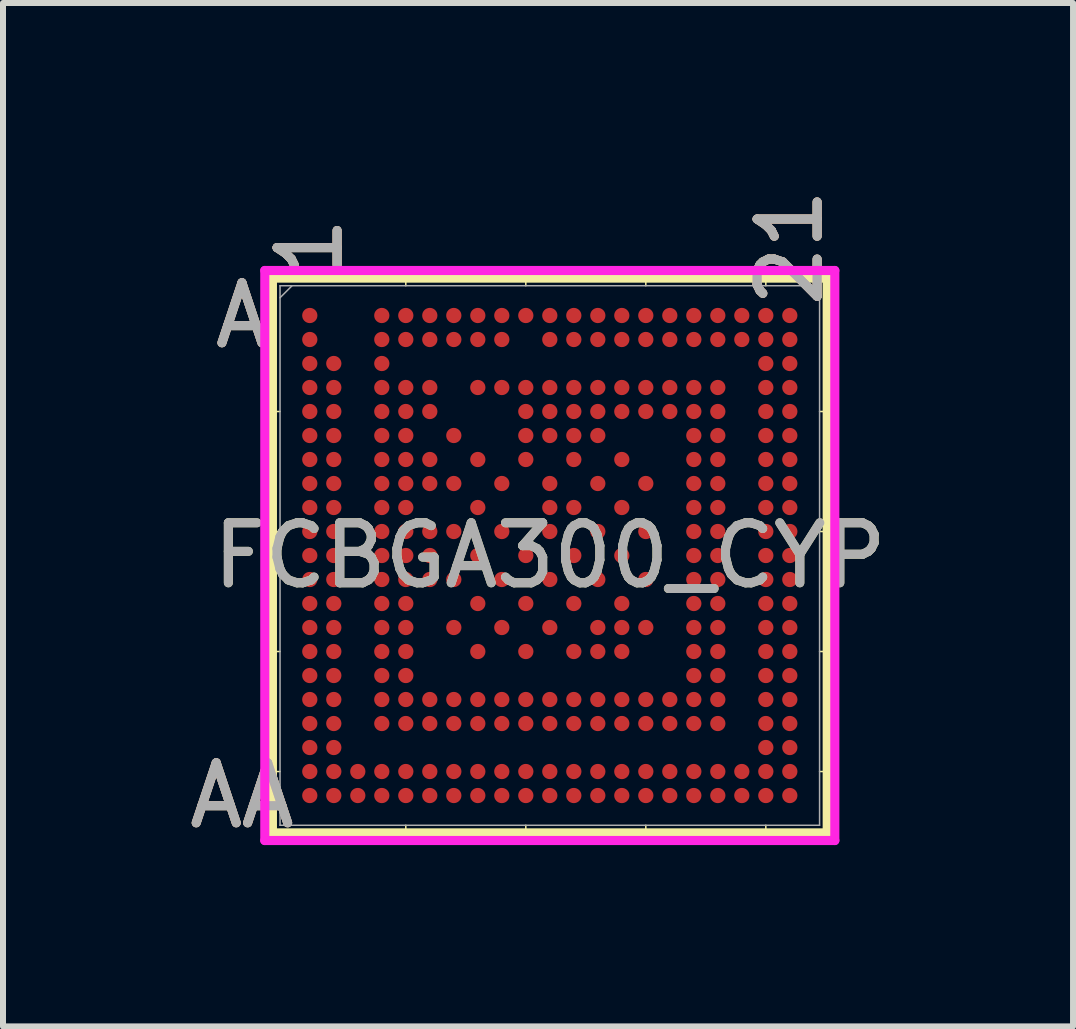
<source format=kicad_pcb>
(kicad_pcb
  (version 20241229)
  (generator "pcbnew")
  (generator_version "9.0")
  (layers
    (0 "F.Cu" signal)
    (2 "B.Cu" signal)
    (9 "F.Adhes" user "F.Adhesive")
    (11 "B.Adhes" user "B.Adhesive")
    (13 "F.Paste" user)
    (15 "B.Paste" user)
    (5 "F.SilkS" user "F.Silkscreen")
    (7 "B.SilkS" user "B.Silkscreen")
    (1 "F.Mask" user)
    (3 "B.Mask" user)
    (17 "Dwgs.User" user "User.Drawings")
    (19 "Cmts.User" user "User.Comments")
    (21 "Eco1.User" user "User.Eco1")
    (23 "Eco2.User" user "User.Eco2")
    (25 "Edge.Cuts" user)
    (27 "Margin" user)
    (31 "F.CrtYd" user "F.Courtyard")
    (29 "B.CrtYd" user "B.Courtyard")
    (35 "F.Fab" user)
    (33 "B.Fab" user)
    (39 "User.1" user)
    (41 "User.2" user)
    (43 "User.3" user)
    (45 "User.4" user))
  (footprint "FCBGA300_CYP"
    (layer "F.Cu")
    (at 6.113 6.208)
    (property "Reference" "FCBGA300_CYP" (at 0 0 0) (unlocked yes) (layer "F.SilkS") (effects (font (size 1 1) (thickness 0.15))))
    (attr smd)
    (fp_line (start -4.623 -4.623) (end -4.623 4.623) (stroke (width 0.152) (type solid)) (layer "F.SilkS"))
    (fp_line (start -4.623 4.623) (end 4.623 4.623) (stroke (width 0.152) (type solid)) (layer "F.SilkS"))
    (fp_line (start -4.496 -2.4) (end -4.75 -2.4) (stroke (width 0.025) (type solid)) (layer "F.SilkS"))
    (fp_line (start -4.496 -0.4) (end -4.75 -0.4) (stroke (width 0.025) (type solid)) (layer "F.SilkS"))
    (fp_line (start -4.496 1.6) (end -4.75 1.6) (stroke (width 0.025) (type solid)) (layer "F.SilkS"))
    (fp_line (start -4.496 3.6) (end -4.75 3.6) (stroke (width 0.025) (type solid)) (layer "F.SilkS"))
    (fp_line (start -2.4 -4.496) (end -2.4 -4.75) (stroke (width 0.025) (type solid)) (layer "F.SilkS"))
    (fp_line (start -2.4 4.496) (end -2.4 4.75) (stroke (width 0.025) (type solid)) (layer "F.SilkS"))
    (fp_line (start -0.4 -4.496) (end -0.4 -4.75) (stroke (width 0.025) (type solid)) (layer "F.SilkS"))
    (fp_line (start -0.4 4.496) (end -0.4 4.75) (stroke (width 0.025) (type solid)) (layer "F.SilkS"))
    (fp_line (start 1.6 -4.496) (end 1.6 -4.75) (stroke (width 0.025) (type solid)) (layer "F.SilkS"))
    (fp_line (start 1.6 4.496) (end 1.6 4.75) (stroke (width 0.025) (type solid)) (layer "F.SilkS"))
    (fp_line (start 3.6 -4.496) (end 3.6 -4.75) (stroke (width 0.025) (type solid)) (layer "F.SilkS"))
    (fp_line (start 3.6 4.496) (end 3.6 4.75) (stroke (width 0.025) (type solid)) (layer "F.SilkS"))
    (fp_line (start 4.496 -2.4) (end 4.75 -2.4) (stroke (width 0.025) (type solid)) (layer "F.SilkS"))
    (fp_line (start 4.496 -0.4) (end 4.75 -0.4) (stroke (width 0.025) (type solid)) (layer "F.SilkS"))
    (fp_line (start 4.496 1.6) (end 4.75 1.6) (stroke (width 0.025) (type solid)) (layer "F.SilkS"))
    (fp_line (start 4.496 3.6) (end 4.75 3.6) (stroke (width 0.025) (type solid)) (layer "F.SilkS"))
    (fp_line (start 4.623 -4.623) (end -4.623 -4.623) (stroke (width 0.152) (type solid)) (layer "F.SilkS"))
    (fp_line (start 4.623 4.623) (end 4.623 -4.623) (stroke (width 0.152) (type solid)) (layer "F.SilkS"))
    (fp_poly (pts (xy -4.644 -4.644) (xy 4.644 -4.644) (xy 4.644 4.644) (xy -4.644 4.644)) (stroke (width 0.1) (type solid)) (fill no) (layer "Eco2.User"))
    (fp_line (start -4.75 -4.75) (end 4.75 -4.75) (stroke (width 0.152) (type solid)) (layer "F.CrtYd"))
    (fp_line (start -4.75 4.75) (end -4.75 -4.75) (stroke (width 0.152) (type solid)) (layer "F.CrtYd"))
    (fp_line (start 4.75 -4.75) (end 4.75 4.75) (stroke (width 0.152) (type solid)) (layer "F.CrtYd"))
    (fp_line (start 4.75 4.75) (end -4.75 4.75) (stroke (width 0.152) (type solid)) (layer "F.CrtYd"))
    (fp_line (start -4.496 -4.496) (end -4.496 4.496) (stroke (width 0.025) (type solid)) (layer "F.Fab"))
    (fp_line (start -4.496 4.496) (end 4.496 4.496) (stroke (width 0.025) (type solid)) (layer "F.Fab"))
    (fp_line (start -4.296 -4.496) (end -4.496 -4.296) (stroke (width 0.025) (type solid)) (layer "F.Fab"))
    (fp_line (start 4.496 -4.496) (end -4.496 -4.496) (stroke (width 0.025) (type solid)) (layer "F.Fab"))
    (fp_line (start 4.496 4.496) (end 4.496 -4.496) (stroke (width 0.025) (type solid)) (layer "F.Fab"))
    (fp_text user "A" (at -5.131 -4 0) (unlocked yes) (layer "F.SilkS") (effects (font (size 1 1) (thickness 0.15))))
    (fp_text user "1" (at -4 -5.131 90) (unlocked yes) (layer "F.SilkS") (effects (font (size 1 1) (thickness 0.15))))
    (fp_text user "21" (at 4 -5.131 90) (unlocked yes) (layer "F.SilkS") (effects (font (size 1 1) (thickness 0.15))))
    (fp_text user "AA" (at -5.131 4 0) (unlocked yes) (layer "F.SilkS") (effects (font (size 1 1) (thickness 0.15))))
    (fp_text user "1" (at -4 -5.131 90) (unlocked yes) (layer "B.SilkS") (effects (font (size 1 1) (thickness 0.15))))
    (fp_text user "A" (at -5.131 -4 0) (unlocked yes) (layer "B.SilkS") (effects (font (size 1 1) (thickness 0.15))))
    (fp_text user "AA" (at -5.131 4 0) (unlocked yes) (layer "B.SilkS") (effects (font (size 1 1) (thickness 0.15))))
    (fp_text user "21" (at 4 -5.131 90) (unlocked yes) (layer "B.SilkS") (effects (font (size 1 1) (thickness 0.15))))
    (fp_text user "1" (at -4 -5.131 90) (unlocked yes) (layer "F.Fab") (effects (font (size 1 1) (thickness 0.15))))
    (fp_text user "A" (at -5.131 -4 0) (unlocked yes) (layer "F.Fab") (effects (font (size 1 1) (thickness 0.15))))
    (fp_text user "AA" (at -5.131 4 0) (unlocked yes) (layer "F.Fab") (effects (font (size 1 1) (thickness 0.15))))
    (fp_text user "21" (at 4 -5.131 90) (unlocked yes) (layer "F.Fab") (effects (font (size 1 1) (thickness 0.15))))
    (fp_text user "${REFERENCE}" (at 0 0 0) (unlocked yes) (layer "F.Fab") (effects (font (size 1 1) (thickness 0.15))))
    (pad "A1" smd circle (at -4 -4) (size 0.254 0.254) (layers "F.Cu" "F.Mask" "F.Paste"))
    (pad "A4" smd circle (at -2.8 -4) (size 0.254 0.254) (layers "F.Cu" "F.Mask" "F.Paste"))
    (pad "A5" smd circle (at -2.4 -4) (size 0.254 0.254) (layers "F.Cu" "F.Mask" "F.Paste"))
    (pad "A6" smd circle (at -2 -4) (size 0.254 0.254) (layers "F.Cu" "F.Mask" "F.Paste"))
    (pad "A7" smd circle (at -1.6 -4) (size 0.254 0.254) (layers "F.Cu" "F.Mask" "F.Paste"))
    (pad "A8" smd circle (at -1.2 -4) (size 0.254 0.254) (layers "F.Cu" "F.Mask" "F.Paste"))
    (pad "A9" smd circle (at -0.8 -4) (size 0.254 0.254) (layers "F.Cu" "F.Mask" "F.Paste"))
    (pad "A10" smd circle (at -0.4 -4) (size 0.254 0.254) (layers "F.Cu" "F.Mask" "F.Paste"))
    (pad "A11" smd circle (at 0 -4) (size 0.254 0.254) (layers "F.Cu" "F.Mask" "F.Paste"))
    (pad "A12" smd circle (at 0.4 -4) (size 0.254 0.254) (layers "F.Cu" "F.Mask" "F.Paste"))
    (pad "A13" smd circle (at 0.8 -4) (size 0.254 0.254) (layers "F.Cu" "F.Mask" "F.Paste"))
    (pad "A14" smd circle (at 1.2 -4) (size 0.254 0.254) (layers "F.Cu" "F.Mask" "F.Paste"))
    (pad "A15" smd circle (at 1.6 -4) (size 0.254 0.254) (layers "F.Cu" "F.Mask" "F.Paste"))
    (pad "A16" smd circle (at 2 -4) (size 0.254 0.254) (layers "F.Cu" "F.Mask" "F.Paste"))
    (pad "A17" smd circle (at 2.4 -4) (size 0.254 0.254) (layers "F.Cu" "F.Mask" "F.Paste"))
    (pad "A18" smd circle (at 2.8 -4) (size 0.254 0.254) (layers "F.Cu" "F.Mask" "F.Paste"))
    (pad "A19" smd circle (at 3.2 -4) (size 0.254 0.254) (layers "F.Cu" "F.Mask" "F.Paste"))
    (pad "A20" smd circle (at 3.6 -4) (size 0.254 0.254) (layers "F.Cu" "F.Mask" "F.Paste"))
    (pad "A21" smd circle (at 4 -4) (size 0.254 0.254) (layers "F.Cu" "F.Mask" "F.Paste"))
    (pad "AA1" smd circle (at -4 4) (size 0.254 0.254) (layers "F.Cu" "F.Mask" "F.Paste"))
    (pad "AA2" smd circle (at -3.6 4) (size 0.254 0.254) (layers "F.Cu" "F.Mask" "F.Paste"))
    (pad "AA3" smd circle (at -3.2 4) (size 0.254 0.254) (layers "F.Cu" "F.Mask" "F.Paste"))
    (pad "AA4" smd circle (at -2.8 4) (size 0.254 0.254) (layers "F.Cu" "F.Mask" "F.Paste"))
    (pad "AA5" smd circle (at -2.4 4) (size 0.254 0.254) (layers "F.Cu" "F.Mask" "F.Paste"))
    (pad "AA6" smd circle (at -2 4) (size 0.254 0.254) (layers "F.Cu" "F.Mask" "F.Paste"))
    (pad "AA7" smd circle (at -1.6 4) (size 0.254 0.254) (layers "F.Cu" "F.Mask" "F.Paste"))
    (pad "AA8" smd circle (at -1.2 4) (size 0.254 0.254) (layers "F.Cu" "F.Mask" "F.Paste"))
    (pad "AA9" smd circle (at -0.8 4) (size 0.254 0.254) (layers "F.Cu" "F.Mask" "F.Paste"))
    (pad "AA10" smd circle (at -0.4 4) (size 0.254 0.254) (layers "F.Cu" "F.Mask" "F.Paste"))
    (pad "AA11" smd circle (at 0 4) (size 0.254 0.254) (layers "F.Cu" "F.Mask" "F.Paste"))
    (pad "AA12" smd circle (at 0.4 4) (size 0.254 0.254) (layers "F.Cu" "F.Mask" "F.Paste"))
    (pad "AA13" smd circle (at 0.8 4) (size 0.254 0.254) (layers "F.Cu" "F.Mask" "F.Paste"))
    (pad "AA14" smd circle (at 1.2 4) (size 0.254 0.254) (layers "F.Cu" "F.Mask" "F.Paste"))
    (pad "AA15" smd circle (at 1.6 4) (size 0.254 0.254) (layers "F.Cu" "F.Mask" "F.Paste"))
    (pad "AA16" smd circle (at 2 4) (size 0.254 0.254) (layers "F.Cu" "F.Mask" "F.Paste"))
    (pad "AA17" smd circle (at 2.4 4) (size 0.254 0.254) (layers "F.Cu" "F.Mask" "F.Paste"))
    (pad "AA18" smd circle (at 2.8 4) (size 0.254 0.254) (layers "F.Cu" "F.Mask" "F.Paste"))
    (pad "AA19" smd circle (at 3.2 4) (size 0.254 0.254) (layers "F.Cu" "F.Mask" "F.Paste"))
    (pad "AA20" smd circle (at 3.6 4) (size 0.254 0.254) (layers "F.Cu" "F.Mask" "F.Paste"))
    (pad "AA21" smd circle (at 4 4) (size 0.254 0.254) (layers "F.Cu" "F.Mask" "F.Paste"))
    (pad "B1" smd circle (at -4 -3.6) (size 0.254 0.254) (layers "F.Cu" "F.Mask" "F.Paste"))
    (pad "B4" smd circle (at -2.8 -3.6) (size 0.254 0.254) (layers "F.Cu" "F.Mask" "F.Paste"))
    (pad "B5" smd circle (at -2.4 -3.6) (size 0.254 0.254) (layers "F.Cu" "F.Mask" "F.Paste"))
    (pad "B6" smd circle (at -2 -3.6) (size 0.254 0.254) (layers "F.Cu" "F.Mask" "F.Paste"))
    (pad "B7" smd circle (at -1.6 -3.6) (size 0.254 0.254) (layers "F.Cu" "F.Mask" "F.Paste"))
    (pad "B8" smd circle (at -1.2 -3.6) (size 0.254 0.254) (layers "F.Cu" "F.Mask" "F.Paste"))
    (pad "B9" smd circle (at -0.8 -3.6) (size 0.254 0.254) (layers "F.Cu" "F.Mask" "F.Paste"))
    (pad "B11" smd circle (at 0 -3.6) (size 0.254 0.254) (layers "F.Cu" "F.Mask" "F.Paste"))
    (pad "B12" smd circle (at 0.4 -3.6) (size 0.254 0.254) (layers "F.Cu" "F.Mask" "F.Paste"))
    (pad "B13" smd circle (at 0.8 -3.6) (size 0.254 0.254) (layers "F.Cu" "F.Mask" "F.Paste"))
    (pad "B14" smd circle (at 1.2 -3.6) (size 0.254 0.254) (layers "F.Cu" "F.Mask" "F.Paste"))
    (pad "B15" smd circle (at 1.6 -3.6) (size 0.254 0.254) (layers "F.Cu" "F.Mask" "F.Paste"))
    (pad "B16" smd circle (at 2 -3.6) (size 0.254 0.254) (layers "F.Cu" "F.Mask" "F.Paste"))
    (pad "B17" smd circle (at 2.4 -3.6) (size 0.254 0.254) (layers "F.Cu" "F.Mask" "F.Paste"))
    (pad "B18" smd circle (at 2.8 -3.6) (size 0.254 0.254) (layers "F.Cu" "F.Mask" "F.Paste"))
    (pad "B19" smd circle (at 3.2 -3.6) (size 0.254 0.254) (layers "F.Cu" "F.Mask" "F.Paste"))
    (pad "B20" smd circle (at 3.6 -3.6) (size 0.254 0.254) (layers "F.Cu" "F.Mask" "F.Paste"))
    (pad "B21" smd circle (at 4 -3.6) (size 0.254 0.254) (layers "F.Cu" "F.Mask" "F.Paste"))
    (pad "C1" smd circle (at -4 -3.2) (size 0.254 0.254) (layers "F.Cu" "F.Mask" "F.Paste"))
    (pad "C2" smd circle (at -3.6 -3.2) (size 0.254 0.254) (layers "F.Cu" "F.Mask" "F.Paste"))
    (pad "C4" smd circle (at -2.8 -3.2) (size 0.254 0.254) (layers "F.Cu" "F.Mask" "F.Paste"))
    (pad "C20" smd circle (at 3.6 -3.2) (size 0.254 0.254) (layers "F.Cu" "F.Mask" "F.Paste"))
    (pad "C21" smd circle (at 4 -3.2) (size 0.254 0.254) (layers "F.Cu" "F.Mask" "F.Paste"))
    (pad "D1" smd circle (at -4 -2.8) (size 0.254 0.254) (layers "F.Cu" "F.Mask" "F.Paste"))
    (pad "D2" smd circle (at -3.6 -2.8) (size 0.254 0.254) (layers "F.Cu" "F.Mask" "F.Paste"))
    (pad "D4" smd circle (at -2.8 -2.8) (size 0.254 0.254) (layers "F.Cu" "F.Mask" "F.Paste"))
    (pad "D5" smd circle (at -2.4 -2.8) (size 0.254 0.254) (layers "F.Cu" "F.Mask" "F.Paste"))
    (pad "D6" smd circle (at -2 -2.8) (size 0.254 0.254) (layers "F.Cu" "F.Mask" "F.Paste"))
    (pad "D8" smd circle (at -1.2 -2.8) (size 0.254 0.254) (layers "F.Cu" "F.Mask" "F.Paste"))
    (pad "D9" smd circle (at -0.8 -2.8) (size 0.254 0.254) (layers "F.Cu" "F.Mask" "F.Paste"))
    (pad "D10" smd circle (at -0.4 -2.8) (size 0.254 0.254) (layers "F.Cu" "F.Mask" "F.Paste"))
    (pad "D11" smd circle (at 0 -2.8) (size 0.254 0.254) (layers "F.Cu" "F.Mask" "F.Paste"))
    (pad "D12" smd circle (at 0.4 -2.8) (size 0.254 0.254) (layers "F.Cu" "F.Mask" "F.Paste"))
    (pad "D13" smd circle (at 0.8 -2.8) (size 0.254 0.254) (layers "F.Cu" "F.Mask" "F.Paste"))
    (pad "D14" smd circle (at 1.2 -2.8) (size 0.254 0.254) (layers "F.Cu" "F.Mask" "F.Paste"))
    (pad "D15" smd circle (at 1.6 -2.8) (size 0.254 0.254) (layers "F.Cu" "F.Mask" "F.Paste"))
    (pad "D16" smd circle (at 2 -2.8) (size 0.254 0.254) (layers "F.Cu" "F.Mask" "F.Paste"))
    (pad "D17" smd circle (at 2.4 -2.8) (size 0.254 0.254) (layers "F.Cu" "F.Mask" "F.Paste"))
    (pad "D18" smd circle (at 2.8 -2.8) (size 0.254 0.254) (layers "F.Cu" "F.Mask" "F.Paste"))
    (pad "D20" smd circle (at 3.6 -2.8) (size 0.254 0.254) (layers "F.Cu" "F.Mask" "F.Paste"))
    (pad "D21" smd circle (at 4 -2.8) (size 0.254 0.254) (layers "F.Cu" "F.Mask" "F.Paste"))
    (pad "E1" smd circle (at -4 -2.4) (size 0.254 0.254) (layers "F.Cu" "F.Mask" "F.Paste"))
    (pad "E2" smd circle (at -3.6 -2.4) (size 0.254 0.254) (layers "F.Cu" "F.Mask" "F.Paste"))
    (pad "E4" smd circle (at -2.8 -2.4) (size 0.254 0.254) (layers "F.Cu" "F.Mask" "F.Paste"))
    (pad "E5" smd circle (at -2.4 -2.4) (size 0.254 0.254) (layers "F.Cu" "F.Mask" "F.Paste"))
    (pad "E6" smd circle (at -2 -2.4) (size 0.254 0.254) (layers "F.Cu" "F.Mask" "F.Paste"))
    (pad "E10" smd circle (at -0.4 -2.4) (size 0.254 0.254) (layers "F.Cu" "F.Mask" "F.Paste"))
    (pad "E11" smd circle (at 0 -2.4) (size 0.254 0.254) (layers "F.Cu" "F.Mask" "F.Paste"))
    (pad "E12" smd circle (at 0.4 -2.4) (size 0.254 0.254) (layers "F.Cu" "F.Mask" "F.Paste"))
    (pad "E13" smd circle (at 0.8 -2.4) (size 0.254 0.254) (layers "F.Cu" "F.Mask" "F.Paste"))
    (pad "E14" smd circle (at 1.2 -2.4) (size 0.254 0.254) (layers "F.Cu" "F.Mask" "F.Paste"))
    (pad "E15" smd circle (at 1.6 -2.4) (size 0.254 0.254) (layers "F.Cu" "F.Mask" "F.Paste"))
    (pad "E16" smd circle (at 2 -2.4) (size 0.254 0.254) (layers "F.Cu" "F.Mask" "F.Paste"))
    (pad "E17" smd circle (at 2.4 -2.4) (size 0.254 0.254) (layers "F.Cu" "F.Mask" "F.Paste"))
    (pad "E18" smd circle (at 2.8 -2.4) (size 0.254 0.254) (layers "F.Cu" "F.Mask" "F.Paste"))
    (pad "E20" smd circle (at 3.6 -2.4) (size 0.254 0.254) (layers "F.Cu" "F.Mask" "F.Paste"))
    (pad "E21" smd circle (at 4 -2.4) (size 0.254 0.254) (layers "F.Cu" "F.Mask" "F.Paste"))
    (pad "F1" smd circle (at -4 -2) (size 0.254 0.254) (layers "F.Cu" "F.Mask" "F.Paste"))
    (pad "F2" smd circle (at -3.6 -2) (size 0.254 0.254) (layers "F.Cu" "F.Mask" "F.Paste"))
    (pad "F4" smd circle (at -2.8 -2) (size 0.254 0.254) (layers "F.Cu" "F.Mask" "F.Paste"))
    (pad "F5" smd circle (at -2.4 -2) (size 0.254 0.254) (layers "F.Cu" "F.Mask" "F.Paste"))
    (pad "F7" smd circle (at -1.6 -2) (size 0.254 0.254) (layers "F.Cu" "F.Mask" "F.Paste"))
    (pad "F10" smd circle (at -0.4 -2) (size 0.254 0.254) (layers "F.Cu" "F.Mask" "F.Paste"))
    (pad "F11" smd circle (at 0 -2) (size 0.254 0.254) (layers "F.Cu" "F.Mask" "F.Paste"))
    (pad "F12" smd circle (at 0.4 -2) (size 0.254 0.254) (layers "F.Cu" "F.Mask" "F.Paste"))
    (pad "F13" smd circle (at 0.8 -2) (size 0.254 0.254) (layers "F.Cu" "F.Mask" "F.Paste"))
    (pad "F17" smd circle (at 2.4 -2) (size 0.254 0.254) (layers "F.Cu" "F.Mask" "F.Paste"))
    (pad "F18" smd circle (at 2.8 -2) (size 0.254 0.254) (layers "F.Cu" "F.Mask" "F.Paste"))
    (pad "F20" smd circle (at 3.6 -2) (size 0.254 0.254) (layers "F.Cu" "F.Mask" "F.Paste"))
    (pad "F21" smd circle (at 4 -2) (size 0.254 0.254) (layers "F.Cu" "F.Mask" "F.Paste"))
    (pad "G1" smd circle (at -4 -1.6) (size 0.254 0.254) (layers "F.Cu" "F.Mask" "F.Paste"))
    (pad "G2" smd circle (at -3.6 -1.6) (size 0.254 0.254) (layers "F.Cu" "F.Mask" "F.Paste"))
    (pad "G4" smd circle (at -2.8 -1.6) (size 0.254 0.254) (layers "F.Cu" "F.Mask" "F.Paste"))
    (pad "G5" smd circle (at -2.4 -1.6) (size 0.254 0.254) (layers "F.Cu" "F.Mask" "F.Paste"))
    (pad "G6" smd circle (at -2 -1.6) (size 0.254 0.254) (layers "F.Cu" "F.Mask" "F.Paste"))
    (pad "G8" smd circle (at -1.2 -1.6) (size 0.254 0.254) (layers "F.Cu" "F.Mask" "F.Paste"))
    (pad "G10" smd circle (at -0.4 -1.6) (size 0.254 0.254) (layers "F.Cu" "F.Mask" "F.Paste"))
    (pad "G12" smd circle (at 0.4 -1.6) (size 0.254 0.254) (layers "F.Cu" "F.Mask" "F.Paste"))
    (pad "G14" smd circle (at 1.2 -1.6) (size 0.254 0.254) (layers "F.Cu" "F.Mask" "F.Paste"))
    (pad "G17" smd circle (at 2.4 -1.6) (size 0.254 0.254) (layers "F.Cu" "F.Mask" "F.Paste"))
    (pad "G18" smd circle (at 2.8 -1.6) (size 0.254 0.254) (layers "F.Cu" "F.Mask" "F.Paste"))
    (pad "G20" smd circle (at 3.6 -1.6) (size 0.254 0.254) (layers "F.Cu" "F.Mask" "F.Paste"))
    (pad "G21" smd circle (at 4 -1.6) (size 0.254 0.254) (layers "F.Cu" "F.Mask" "F.Paste"))
    (pad "H1" smd circle (at -4 -1.2) (size 0.254 0.254) (layers "F.Cu" "F.Mask" "F.Paste"))
    (pad "H2" smd circle (at -3.6 -1.2) (size 0.254 0.254) (layers "F.Cu" "F.Mask" "F.Paste"))
    (pad "H4" smd circle (at -2.8 -1.2) (size 0.254 0.254) (layers "F.Cu" "F.Mask" "F.Paste"))
    (pad "H5" smd circle (at -2.4 -1.2) (size 0.254 0.254) (layers "F.Cu" "F.Mask" "F.Paste"))
    (pad "H6" smd circle (at -2 -1.2) (size 0.254 0.254) (layers "F.Cu" "F.Mask" "F.Paste"))
    (pad "H7" smd circle (at -1.6 -1.2) (size 0.254 0.254) (layers "F.Cu" "F.Mask" "F.Paste"))
    (pad "H9" smd circle (at -0.8 -1.2) (size 0.254 0.254) (layers "F.Cu" "F.Mask" "F.Paste"))
    (pad "H11" smd circle (at 0 -1.2) (size 0.254 0.254) (layers "F.Cu" "F.Mask" "F.Paste"))
    (pad "H13" smd circle (at 0.8 -1.2) (size 0.254 0.254) (layers "F.Cu" "F.Mask" "F.Paste"))
    (pad "H15" smd circle (at 1.6 -1.2) (size 0.254 0.254) (layers "F.Cu" "F.Mask" "F.Paste"))
    (pad "H17" smd circle (at 2.4 -1.2) (size 0.254 0.254) (layers "F.Cu" "F.Mask" "F.Paste"))
    (pad "H18" smd circle (at 2.8 -1.2) (size 0.254 0.254) (layers "F.Cu" "F.Mask" "F.Paste"))
    (pad "H20" smd circle (at 3.6 -1.2) (size 0.254 0.254) (layers "F.Cu" "F.Mask" "F.Paste"))
    (pad "H21" smd circle (at 4 -1.2) (size 0.254 0.254) (layers "F.Cu" "F.Mask" "F.Paste"))
    (pad "J1" smd circle (at -4 -0.8) (size 0.254 0.254) (layers "F.Cu" "F.Mask" "F.Paste"))
    (pad "J2" smd circle (at -3.6 -0.8) (size 0.254 0.254) (layers "F.Cu" "F.Mask" "F.Paste"))
    (pad "J4" smd circle (at -2.8 -0.8) (size 0.254 0.254) (layers "F.Cu" "F.Mask" "F.Paste"))
    (pad "J5" smd circle (at -2.4 -0.8) (size 0.254 0.254) (layers "F.Cu" "F.Mask" "F.Paste"))
    (pad "J8" smd circle (at -1.2 -0.8) (size 0.254 0.254) (layers "F.Cu" "F.Mask" "F.Paste"))
    (pad "J11" smd circle (at 0 -0.8) (size 0.254 0.254) (layers "F.Cu" "F.Mask" "F.Paste"))
    (pad "J12" smd circle (at 0.4 -0.8) (size 0.254 0.254) (layers "F.Cu" "F.Mask" "F.Paste"))
    (pad "J14" smd circle (at 1.2 -0.8) (size 0.254 0.254) (layers "F.Cu" "F.Mask" "F.Paste"))
    (pad "J17" smd circle (at 2.4 -0.8) (size 0.254 0.254) (layers "F.Cu" "F.Mask" "F.Paste"))
    (pad "J18" smd circle (at 2.8 -0.8) (size 0.254 0.254) (layers "F.Cu" "F.Mask" "F.Paste"))
    (pad "J20" smd circle (at 3.6 -0.8) (size 0.254 0.254) (layers "F.Cu" "F.Mask" "F.Paste"))
    (pad "J21" smd circle (at 4 -0.8) (size 0.254 0.254) (layers "F.Cu" "F.Mask" "F.Paste"))
    (pad "K1" smd circle (at -4 -0.4) (size 0.254 0.254) (layers "F.Cu" "F.Mask" "F.Paste"))
    (pad "K2" smd circle (at -3.6 -0.4) (size 0.254 0.254) (layers "F.Cu" "F.Mask" "F.Paste"))
    (pad "K4" smd circle (at -2.8 -0.4) (size 0.254 0.254) (layers "F.Cu" "F.Mask" "F.Paste"))
    (pad "K5" smd circle (at -2.4 -0.4) (size 0.254 0.254) (layers "F.Cu" "F.Mask" "F.Paste"))
    (pad "K6" smd circle (at -2 -0.4) (size 0.254 0.254) (layers "F.Cu" "F.Mask" "F.Paste"))
    (pad "K7" smd circle (at -1.6 -0.4) (size 0.254 0.254) (layers "F.Cu" "F.Mask" "F.Paste"))
    (pad "K9" smd circle (at -0.8 -0.4) (size 0.254 0.254) (layers "F.Cu" "F.Mask" "F.Paste"))
    (pad "K11" smd circle (at 0 -0.4) (size 0.254 0.254) (layers "F.Cu" "F.Mask" "F.Paste"))
    (pad "K13" smd circle (at 0.8 -0.4) (size 0.254 0.254) (layers "F.Cu" "F.Mask" "F.Paste"))
    (pad "K15" smd circle (at 1.6 -0.4) (size 0.254 0.254) (layers "F.Cu" "F.Mask" "F.Paste"))
    (pad "K17" smd circle (at 2.4 -0.4) (size 0.254 0.254) (layers "F.Cu" "F.Mask" "F.Paste"))
    (pad "K18" smd circle (at 2.8 -0.4) (size 0.254 0.254) (layers "F.Cu" "F.Mask" "F.Paste"))
    (pad "K20" smd circle (at 3.6 -0.4) (size 0.254 0.254) (layers "F.Cu" "F.Mask" "F.Paste"))
    (pad "K21" smd circle (at 4 -0.4) (size 0.254 0.254) (layers "F.Cu" "F.Mask" "F.Paste"))
    (pad "L1" smd circle (at -4 0) (size 0.254 0.254) (layers "F.Cu" "F.Mask" "F.Paste"))
    (pad "L2" smd circle (at -3.6 0) (size 0.254 0.254) (layers "F.Cu" "F.Mask" "F.Paste"))
    (pad "L4" smd circle (at -2.8 0) (size 0.254 0.254) (layers "F.Cu" "F.Mask" "F.Paste"))
    (pad "L5" smd circle (at -2.4 0) (size 0.254 0.254) (layers "F.Cu" "F.Mask" "F.Paste"))
    (pad "L6" smd circle (at -2 0) (size 0.254 0.254) (layers "F.Cu" "F.Mask" "F.Paste"))
    (pad "L8" smd circle (at -1.2 0) (size 0.254 0.254) (layers "F.Cu" "F.Mask" "F.Paste"))
    (pad "L10" smd circle (at -0.4 0) (size 0.254 0.254) (layers "F.Cu" "F.Mask" "F.Paste"))
    (pad "L12" smd circle (at 0.4 0) (size 0.254 0.254) (layers "F.Cu" "F.Mask" "F.Paste"))
    (pad "L14" smd circle (at 1.2 0) (size 0.254 0.254) (layers "F.Cu" "F.Mask" "F.Paste"))
    (pad "L17" smd circle (at 2.4 0) (size 0.254 0.254) (layers "F.Cu" "F.Mask" "F.Paste"))
    (pad "L18" smd circle (at 2.8 0) (size 0.254 0.254) (layers "F.Cu" "F.Mask" "F.Paste"))
    (pad "L20" smd circle (at 3.6 0) (size 0.254 0.254) (layers "F.Cu" "F.Mask" "F.Paste"))
    (pad "L21" smd circle (at 4 0) (size 0.254 0.254) (layers "F.Cu" "F.Mask" "F.Paste"))
    (pad "M1" smd circle (at -4 0.4) (size 0.254 0.254) (layers "F.Cu" "F.Mask" "F.Paste"))
    (pad "M2" smd circle (at -3.6 0.4) (size 0.254 0.254) (layers "F.Cu" "F.Mask" "F.Paste"))
    (pad "M4" smd circle (at -2.8 0.4) (size 0.254 0.254) (layers "F.Cu" "F.Mask" "F.Paste"))
    (pad "M5" smd circle (at -2.4 0.4) (size 0.254 0.254) (layers "F.Cu" "F.Mask" "F.Paste"))
    (pad "M6" smd circle (at -2 0.4) (size 0.254 0.254) (layers "F.Cu" "F.Mask" "F.Paste"))
    (pad "M7" smd circle (at -1.6 0.4) (size 0.254 0.254) (layers "F.Cu" "F.Mask" "F.Paste"))
    (pad "M9" smd circle (at -0.8 0.4) (size 0.254 0.254) (layers "F.Cu" "F.Mask" "F.Paste"))
    (pad "M11" smd circle (at 0 0.4) (size 0.254 0.254) (layers "F.Cu" "F.Mask" "F.Paste"))
    (pad "M13" smd circle (at 0.8 0.4) (size 0.254 0.254) (layers "F.Cu" "F.Mask" "F.Paste"))
    (pad "M15" smd circle (at 1.6 0.4) (size 0.254 0.254) (layers "F.Cu" "F.Mask" "F.Paste"))
    (pad "M17" smd circle (at 2.4 0.4) (size 0.254 0.254) (layers "F.Cu" "F.Mask" "F.Paste"))
    (pad "M18" smd circle (at 2.8 0.4) (size 0.254 0.254) (layers "F.Cu" "F.Mask" "F.Paste"))
    (pad "M20" smd circle (at 3.6 0.4) (size 0.254 0.254) (layers "F.Cu" "F.Mask" "F.Paste"))
    (pad "M21" smd circle (at 4 0.4) (size 0.254 0.254) (layers "F.Cu" "F.Mask" "F.Paste"))
    (pad "N1" smd circle (at -4 0.8) (size 0.254 0.254) (layers "F.Cu" "F.Mask" "F.Paste"))
    (pad "N2" smd circle (at -3.6 0.8) (size 0.254 0.254) (layers "F.Cu" "F.Mask" "F.Paste"))
    (pad "N4" smd circle (at -2.8 0.8) (size 0.254 0.254) (layers "F.Cu" "F.Mask" "F.Paste"))
    (pad "N5" smd circle (at -2.4 0.8) (size 0.254 0.254) (layers "F.Cu" "F.Mask" "F.Paste"))
    (pad "N8" smd circle (at -1.2 0.8) (size 0.254 0.254) (layers "F.Cu" "F.Mask" "F.Paste"))
    (pad "N10" smd circle (at -0.4 0.8) (size 0.254 0.254) (layers "F.Cu" "F.Mask" "F.Paste"))
    (pad "N12" smd circle (at 0.4 0.8) (size 0.254 0.254) (layers "F.Cu" "F.Mask" "F.Paste"))
    (pad "N14" smd circle (at 1.2 0.8) (size 0.254 0.254) (layers "F.Cu" "F.Mask" "F.Paste"))
    (pad "N17" smd circle (at 2.4 0.8) (size 0.254 0.254) (layers "F.Cu" "F.Mask" "F.Paste"))
    (pad "N18" smd circle (at 2.8 0.8) (size 0.254 0.254) (layers "F.Cu" "F.Mask" "F.Paste"))
    (pad "N20" smd circle (at 3.6 0.8) (size 0.254 0.254) (layers "F.Cu" "F.Mask" "F.Paste"))
    (pad "N21" smd circle (at 4 0.8) (size 0.254 0.254) (layers "F.Cu" "F.Mask" "F.Paste"))
    (pad "P1" smd circle (at -4 1.2) (size 0.254 0.254) (layers "F.Cu" "F.Mask" "F.Paste"))
    (pad "P2" smd circle (at -3.6 1.2) (size 0.254 0.254) (layers "F.Cu" "F.Mask" "F.Paste"))
    (pad "P4" smd circle (at -2.8 1.2) (size 0.254 0.254) (layers "F.Cu" "F.Mask" "F.Paste"))
    (pad "P5" smd circle (at -2.4 1.2) (size 0.254 0.254) (layers "F.Cu" "F.Mask" "F.Paste"))
    (pad "P7" smd circle (at -1.6 1.2) (size 0.254 0.254) (layers "F.Cu" "F.Mask" "F.Paste"))
    (pad "P9" smd circle (at -0.8 1.2) (size 0.254 0.254) (layers "F.Cu" "F.Mask" "F.Paste"))
    (pad "P11" smd circle (at 0 1.2) (size 0.254 0.254) (layers "F.Cu" "F.Mask" "F.Paste"))
    (pad "P13" smd circle (at 0.8 1.2) (size 0.254 0.254) (layers "F.Cu" "F.Mask" "F.Paste"))
    (pad "P14" smd circle (at 1.2 1.2) (size 0.254 0.254) (layers "F.Cu" "F.Mask" "F.Paste"))
    (pad "P15" smd circle (at 1.6 1.2) (size 0.254 0.254) (layers "F.Cu" "F.Mask" "F.Paste"))
    (pad "P17" smd circle (at 2.4 1.2) (size 0.254 0.254) (layers "F.Cu" "F.Mask" "F.Paste"))
    (pad "P18" smd circle (at 2.8 1.2) (size 0.254 0.254) (layers "F.Cu" "F.Mask" "F.Paste"))
    (pad "P20" smd circle (at 3.6 1.2) (size 0.254 0.254) (layers "F.Cu" "F.Mask" "F.Paste"))
    (pad "P21" smd circle (at 4 1.2) (size 0.254 0.254) (layers "F.Cu" "F.Mask" "F.Paste"))
    (pad "R1" smd circle (at -4 1.6) (size 0.254 0.254) (layers "F.Cu" "F.Mask" "F.Paste"))
    (pad "R2" smd circle (at -3.6 1.6) (size 0.254 0.254) (layers "F.Cu" "F.Mask" "F.Paste"))
    (pad "R4" smd circle (at -2.8 1.6) (size 0.254 0.254) (layers "F.Cu" "F.Mask" "F.Paste"))
    (pad "R5" smd circle (at -2.4 1.6) (size 0.254 0.254) (layers "F.Cu" "F.Mask" "F.Paste"))
    (pad "R8" smd circle (at -1.2 1.6) (size 0.254 0.254) (layers "F.Cu" "F.Mask" "F.Paste"))
    (pad "R10" smd circle (at -0.4 1.6) (size 0.254 0.254) (layers "F.Cu" "F.Mask" "F.Paste"))
    (pad "R12" smd circle (at 0.4 1.6) (size 0.254 0.254) (layers "F.Cu" "F.Mask" "F.Paste"))
    (pad "R13" smd circle (at 0.8 1.6) (size 0.254 0.254) (layers "F.Cu" "F.Mask" "F.Paste"))
    (pad "R14" smd circle (at 1.2 1.6) (size 0.254 0.254) (layers "F.Cu" "F.Mask" "F.Paste"))
    (pad "R17" smd circle (at 2.4 1.6) (size 0.254 0.254) (layers "F.Cu" "F.Mask" "F.Paste"))
    (pad "R18" smd circle (at 2.8 1.6) (size 0.254 0.254) (layers "F.Cu" "F.Mask" "F.Paste"))
    (pad "R20" smd circle (at 3.6 1.6) (size 0.254 0.254) (layers "F.Cu" "F.Mask" "F.Paste"))
    (pad "R21" smd circle (at 4 1.6) (size 0.254 0.254) (layers "F.Cu" "F.Mask" "F.Paste"))
    (pad "T1" smd circle (at -4 2) (size 0.254 0.254) (layers "F.Cu" "F.Mask" "F.Paste"))
    (pad "T2" smd circle (at -3.6 2) (size 0.254 0.254) (layers "F.Cu" "F.Mask" "F.Paste"))
    (pad "T4" smd circle (at -2.8 2) (size 0.254 0.254) (layers "F.Cu" "F.Mask" "F.Paste"))
    (pad "T5" smd circle (at -2.4 2) (size 0.254 0.254) (layers "F.Cu" "F.Mask" "F.Paste"))
    (pad "T17" smd circle (at 2.4 2) (size 0.254 0.254) (layers "F.Cu" "F.Mask" "F.Paste"))
    (pad "T18" smd circle (at 2.8 2) (size 0.254 0.254) (layers "F.Cu" "F.Mask" "F.Paste"))
    (pad "T20" smd circle (at 3.6 2) (size 0.254 0.254) (layers "F.Cu" "F.Mask" "F.Paste"))
    (pad "T21" smd circle (at 4 2) (size 0.254 0.254) (layers "F.Cu" "F.Mask" "F.Paste"))
    (pad "U1" smd circle (at -4 2.4) (size 0.254 0.254) (layers "F.Cu" "F.Mask" "F.Paste"))
    (pad "U2" smd circle (at -3.6 2.4) (size 0.254 0.254) (layers "F.Cu" "F.Mask" "F.Paste"))
    (pad "U4" smd circle (at -2.8 2.4) (size 0.254 0.254) (layers "F.Cu" "F.Mask" "F.Paste"))
    (pad "U5" smd circle (at -2.4 2.4) (size 0.254 0.254) (layers "F.Cu" "F.Mask" "F.Paste"))
    (pad "U6" smd circle (at -2 2.4) (size 0.254 0.254) (layers "F.Cu" "F.Mask" "F.Paste"))
    (pad "U7" smd circle (at -1.6 2.4) (size 0.254 0.254) (layers "F.Cu" "F.Mask" "F.Paste"))
    (pad "U8" smd circle (at -1.2 2.4) (size 0.254 0.254) (layers "F.Cu" "F.Mask" "F.Paste"))
    (pad "U9" smd circle (at -0.8 2.4) (size 0.254 0.254) (layers "F.Cu" "F.Mask" "F.Paste"))
    (pad "U10" smd circle (at -0.4 2.4) (size 0.254 0.254) (layers "F.Cu" "F.Mask" "F.Paste"))
    (pad "U11" smd circle (at 0 2.4) (size 0.254 0.254) (layers "F.Cu" "F.Mask" "F.Paste"))
    (pad "U12" smd circle (at 0.4 2.4) (size 0.254 0.254) (layers "F.Cu" "F.Mask" "F.Paste"))
    (pad "U13" smd circle (at 0.8 2.4) (size 0.254 0.254) (layers "F.Cu" "F.Mask" "F.Paste"))
    (pad "U14" smd circle (at 1.2 2.4) (size 0.254 0.254) (layers "F.Cu" "F.Mask" "F.Paste"))
    (pad "U15" smd circle (at 1.6 2.4) (size 0.254 0.254) (layers "F.Cu" "F.Mask" "F.Paste"))
    (pad "U16" smd circle (at 2 2.4) (size 0.254 0.254) (layers "F.Cu" "F.Mask" "F.Paste"))
    (pad "U17" smd circle (at 2.4 2.4) (size 0.254 0.254) (layers "F.Cu" "F.Mask" "F.Paste"))
    (pad "U18" smd circle (at 2.8 2.4) (size 0.254 0.254) (layers "F.Cu" "F.Mask" "F.Paste"))
    (pad "U20" smd circle (at 3.6 2.4) (size 0.254 0.254) (layers "F.Cu" "F.Mask" "F.Paste"))
    (pad "U21" smd circle (at 4 2.4) (size 0.254 0.254) (layers "F.Cu" "F.Mask" "F.Paste"))
    (pad "V1" smd circle (at -4 2.8) (size 0.254 0.254) (layers "F.Cu" "F.Mask" "F.Paste"))
    (pad "V2" smd circle (at -3.6 2.8) (size 0.254 0.254) (layers "F.Cu" "F.Mask" "F.Paste"))
    (pad "V4" smd circle (at -2.8 2.8) (size 0.254 0.254) (layers "F.Cu" "F.Mask" "F.Paste"))
    (pad "V5" smd circle (at -2.4 2.8) (size 0.254 0.254) (layers "F.Cu" "F.Mask" "F.Paste"))
    (pad "V6" smd circle (at -2 2.8) (size 0.254 0.254) (layers "F.Cu" "F.Mask" "F.Paste"))
    (pad "V7" smd circle (at -1.6 2.8) (size 0.254 0.254) (layers "F.Cu" "F.Mask" "F.Paste"))
    (pad "V8" smd circle (at -1.2 2.8) (size 0.254 0.254) (layers "F.Cu" "F.Mask" "F.Paste"))
    (pad "V9" smd circle (at -0.8 2.8) (size 0.254 0.254) (layers "F.Cu" "F.Mask" "F.Paste"))
    (pad "V10" smd circle (at -0.4 2.8) (size 0.254 0.254) (layers "F.Cu" "F.Mask" "F.Paste"))
    (pad "V11" smd circle (at 0 2.8) (size 0.254 0.254) (layers "F.Cu" "F.Mask" "F.Paste"))
    (pad "V12" smd circle (at 0.4 2.8) (size 0.254 0.254) (layers "F.Cu" "F.Mask" "F.Paste"))
    (pad "V13" smd circle (at 0.8 2.8) (size 0.254 0.254) (layers "F.Cu" "F.Mask" "F.Paste"))
    (pad "V14" smd circle (at 1.2 2.8) (size 0.254 0.254) (layers "F.Cu" "F.Mask" "F.Paste"))
    (pad "V15" smd circle (at 1.6 2.8) (size 0.254 0.254) (layers "F.Cu" "F.Mask" "F.Paste"))
    (pad "V16" smd circle (at 2 2.8) (size 0.254 0.254) (layers "F.Cu" "F.Mask" "F.Paste"))
    (pad "V17" smd circle (at 2.4 2.8) (size 0.254 0.254) (layers "F.Cu" "F.Mask" "F.Paste"))
    (pad "V18" smd circle (at 2.8 2.8) (size 0.254 0.254) (layers "F.Cu" "F.Mask" "F.Paste"))
    (pad "V20" smd circle (at 3.6 2.8) (size 0.254 0.254) (layers "F.Cu" "F.Mask" "F.Paste"))
    (pad "V21" smd circle (at 4 2.8) (size 0.254 0.254) (layers "F.Cu" "F.Mask" "F.Paste"))
    (pad "W1" smd circle (at -4 3.2) (size 0.254 0.254) (layers "F.Cu" "F.Mask" "F.Paste"))
    (pad "W2" smd circle (at -3.6 3.2) (size 0.254 0.254) (layers "F.Cu" "F.Mask" "F.Paste"))
    (pad "W20" smd circle (at 3.6 3.2) (size 0.254 0.254) (layers "F.Cu" "F.Mask" "F.Paste"))
    (pad "W21" smd circle (at 4 3.2) (size 0.254 0.254) (layers "F.Cu" "F.Mask" "F.Paste"))
    (pad "Y1" smd circle (at -4 3.6) (size 0.254 0.254) (layers "F.Cu" "F.Mask" "F.Paste"))
    (pad "Y2" smd circle (at -3.6 3.6) (size 0.254 0.254) (layers "F.Cu" "F.Mask" "F.Paste"))
    (pad "Y3" smd circle (at -3.2 3.6) (size 0.254 0.254) (layers "F.Cu" "F.Mask" "F.Paste"))
    (pad "Y4" smd circle (at -2.8 3.6) (size 0.254 0.254) (layers "F.Cu" "F.Mask" "F.Paste"))
    (pad "Y5" smd circle (at -2.4 3.6) (size 0.254 0.254) (layers "F.Cu" "F.Mask" "F.Paste"))
    (pad "Y6" smd circle (at -2 3.6) (size 0.254 0.254) (layers "F.Cu" "F.Mask" "F.Paste"))
    (pad "Y7" smd circle (at -1.6 3.6) (size 0.254 0.254) (layers "F.Cu" "F.Mask" "F.Paste"))
    (pad "Y8" smd circle (at -1.2 3.6) (size 0.254 0.254) (layers "F.Cu" "F.Mask" "F.Paste"))
    (pad "Y9" smd circle (at -0.8 3.6) (size 0.254 0.254) (layers "F.Cu" "F.Mask" "F.Paste"))
    (pad "Y10" smd circle (at -0.4 3.6) (size 0.254 0.254) (layers "F.Cu" "F.Mask" "F.Paste"))
    (pad "Y11" smd circle (at 0 3.6) (size 0.254 0.254) (layers "F.Cu" "F.Mask" "F.Paste"))
    (pad "Y12" smd circle (at 0.4 3.6) (size 0.254 0.254) (layers "F.Cu" "F.Mask" "F.Paste"))
    (pad "Y13" smd circle (at 0.8 3.6) (size 0.254 0.254) (layers "F.Cu" "F.Mask" "F.Paste"))
    (pad "Y14" smd circle (at 1.2 3.6) (size 0.254 0.254) (layers "F.Cu" "F.Mask" "F.Paste"))
    (pad "Y15" smd circle (at 1.6 3.6) (size 0.254 0.254) (layers "F.Cu" "F.Mask" "F.Paste"))
    (pad "Y16" smd circle (at 2 3.6) (size 0.254 0.254) (layers "F.Cu" "F.Mask" "F.Paste"))
    (pad "Y17" smd circle (at 2.4 3.6) (size 0.254 0.254) (layers "F.Cu" "F.Mask" "F.Paste"))
    (pad "Y18" smd circle (at 2.8 3.6) (size 0.254 0.254) (layers "F.Cu" "F.Mask" "F.Paste"))
    (pad "Y19" smd circle (at 3.2 3.6) (size 0.254 0.254) (layers "F.Cu" "F.Mask" "F.Paste"))
    (pad "Y20" smd circle (at 3.6 3.6) (size 0.254 0.254) (layers "F.Cu" "F.Mask" "F.Paste"))
    (pad "Y21" smd circle (at 4 3.6) (size 0.254 0.254) (layers "F.Cu" "F.Mask" "F.Paste")))
  (gr_rect
    (start -3 -3)
    (end 14.833 14.056)
    (stroke (width 0.1) (type default))
    (fill no)
    (layer "Edge.Cuts")))
</source>
